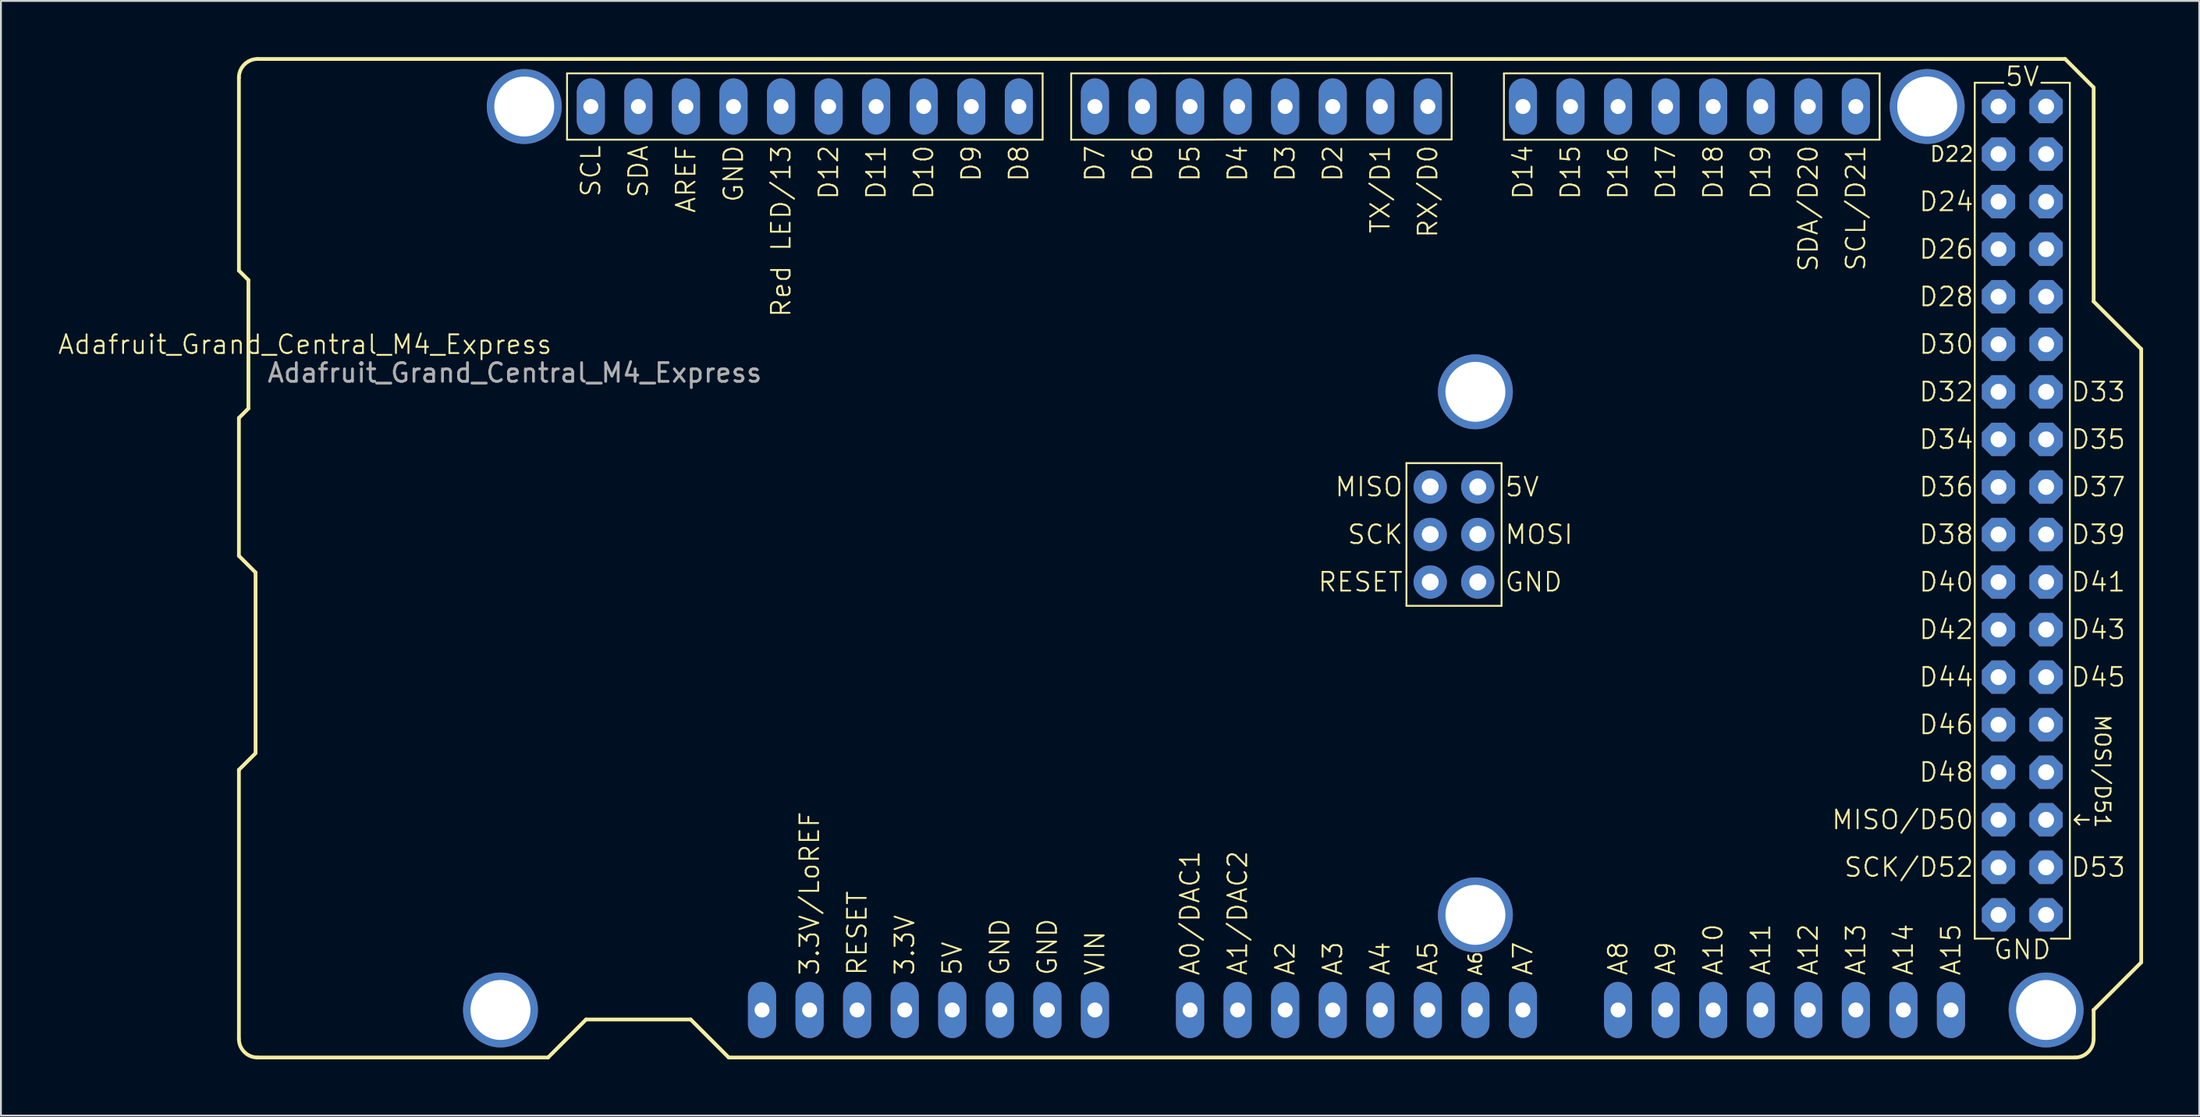
<source format=kicad_pcb>
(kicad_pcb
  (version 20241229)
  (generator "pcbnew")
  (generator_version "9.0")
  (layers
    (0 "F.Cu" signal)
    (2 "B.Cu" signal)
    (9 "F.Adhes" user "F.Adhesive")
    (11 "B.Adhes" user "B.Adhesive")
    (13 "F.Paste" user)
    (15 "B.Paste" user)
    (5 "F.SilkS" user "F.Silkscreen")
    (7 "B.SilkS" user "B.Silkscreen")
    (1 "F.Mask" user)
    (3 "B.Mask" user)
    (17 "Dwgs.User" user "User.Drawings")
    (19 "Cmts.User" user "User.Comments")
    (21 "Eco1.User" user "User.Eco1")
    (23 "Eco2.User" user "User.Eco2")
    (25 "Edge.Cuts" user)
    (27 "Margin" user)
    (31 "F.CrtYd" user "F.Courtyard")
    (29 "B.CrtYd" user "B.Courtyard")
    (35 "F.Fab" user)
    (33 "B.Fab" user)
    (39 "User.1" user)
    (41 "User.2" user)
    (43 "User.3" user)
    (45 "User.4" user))
  (footprint "Adafruit_Grand_Central_M4_Express"
    (layer "F.Cu")
    (at 10.218 15.34)
    (property "Reference" "Adafruit_Grand_Central_M4_Express" (at 3.022 0.012 0) (unlocked yes) (layer "F.SilkS") (effects (font (size 1 1) (thickness 0.1))))
    (attr exclude_from_pos_files exclude_from_bom)
    (fp_line (start -0.508 -3.937) (end -0.508 -14.24) (stroke (width 0.2) (type solid)) (layer "F.SilkS"))
    (fp_line (start -0.508 3.937) (end 0 3.429) (stroke (width 0.2) (type solid)) (layer "F.SilkS"))
    (fp_line (start -0.508 11.303) (end -0.508 3.937) (stroke (width 0.2) (type solid)) (layer "F.SilkS"))
    (fp_line (start -0.508 22.733) (end 0.381 21.844) (stroke (width 0.2) (type solid)) (layer "F.SilkS"))
    (fp_line (start -0.508 37.1) (end -0.508 22.733) (stroke (width 0.2) (type solid)) (layer "F.SilkS"))
    (fp_line (start 0 -3.429) (end -0.508 -3.937) (stroke (width 0.2) (type solid)) (layer "F.SilkS"))
    (fp_line (start 0 3.429) (end 0 -3.429) (stroke (width 0.2) (type solid)) (layer "F.SilkS"))
    (fp_line (start 0.381 12.192) (end -0.508 11.303) (stroke (width 0.2) (type solid)) (layer "F.SilkS"))
    (fp_line (start 0.381 21.844) (end 0.381 12.192) (stroke (width 0.2) (type solid)) (layer "F.SilkS"))
    (fp_line (start 0.492 -15.24) (end 97.028 -15.24) (stroke (width 0.2) (type solid)) (layer "F.SilkS"))
    (fp_line (start 16.002 38.1) (end 0.492 38.1) (stroke (width 0.2) (type solid)) (layer "F.SilkS"))
    (fp_line (start 17.018 -14.47) (end 17.018 -10.93) (stroke (width 0.1) (type default)) (layer "F.SilkS"))
    (fp_line (start 17.018 -14.47) (end 42.418 -14.47) (stroke (width 0.1) (type solid)) (layer "F.SilkS"))
    (fp_line (start 17.018 -10.93) (end 42.418 -10.93) (stroke (width 0.1) (type solid)) (layer "F.SilkS"))
    (fp_line (start 18.034 36.068) (end 16.002 38.1) (stroke (width 0.2) (type solid)) (layer "F.SilkS"))
    (fp_line (start 23.622 36.068) (end 18.034 36.068) (stroke (width 0.2) (type solid)) (layer "F.SilkS"))
    (fp_line (start 25.654 38.1) (end 23.622 36.068) (stroke (width 0.2) (type solid)) (layer "F.SilkS"))
    (fp_line (start 42.418 -14.47) (end 42.418 -10.93) (stroke (width 0.1) (type default)) (layer "F.SilkS"))
    (fp_line (start 43.942 -14.47) (end 43.942 -10.93) (stroke (width 0.1) (type default)) (layer "F.SilkS"))
    (fp_line (start 43.942 -14.47) (end 64.262 -14.478) (stroke (width 0.1) (type default)) (layer "F.SilkS"))
    (fp_line (start 61.849 6.35) (end 61.849 13.97) (stroke (width 0.1) (type solid)) (layer "F.SilkS"))
    (fp_line (start 61.849 13.97) (end 66.929 13.97) (stroke (width 0.1) (type default)) (layer "F.SilkS"))
    (fp_line (start 64.262 -14.478) (end 64.262 -10.938) (stroke (width 0.1) (type default)) (layer "F.SilkS"))
    (fp_line (start 64.262 -10.938) (end 43.942 -10.93) (stroke (width 0.1) (type default)) (layer "F.SilkS"))
    (fp_line (start 66.929 6.35) (end 61.849 6.35) (stroke (width 0.1) (type default)) (layer "F.SilkS"))
    (fp_line (start 66.929 6.35) (end 66.929 13.97) (stroke (width 0.1) (type solid)) (layer "F.SilkS"))
    (fp_line (start 67.056 -14.47) (end 67.056 -10.93) (stroke (width 0.1) (type default)) (layer "F.SilkS"))
    (fp_line (start 67.056 -14.47) (end 87.122 -14.47) (stroke (width 0.1) (type solid)) (layer "F.SilkS"))
    (fp_line (start 67.056 -10.93) (end 87.122 -10.93) (stroke (width 0.1) (type solid)) (layer "F.SilkS"))
    (fp_line (start 87.122 -14.47) (end 87.122 -10.93) (stroke (width 0.1) (type default)) (layer "F.SilkS"))
    (fp_line (start 92.202 -13.97) (end 92.202 31.75) (stroke (width 0.1) (type solid)) (layer "F.SilkS"))
    (fp_line (start 92.202 -13.97) (end 93.726 -13.97) (stroke (width 0.1) (type default)) (layer "F.SilkS"))
    (fp_line (start 92.202 31.75) (end 93.218 31.75) (stroke (width 0.1) (type default)) (layer "F.SilkS"))
    (fp_line (start 97.028 -15.24) (end 98.552 -13.716) (stroke (width 0.2) (type solid)) (layer "F.SilkS"))
    (fp_line (start 97.282 -13.97) (end 95.758 -13.97) (stroke (width 0.1) (type default)) (layer "F.SilkS"))
    (fp_line (start 97.282 -13.97) (end 97.282 31.75) (stroke (width 0.1) (type solid)) (layer "F.SilkS"))
    (fp_line (start 97.282 31.75) (end 96.266 31.75) (stroke (width 0.1) (type default)) (layer "F.SilkS"))
    (fp_line (start 97.536 25.4) (end 97.79 25.654) (stroke (width 0.1) (type default)) (layer "F.SilkS"))
    (fp_line (start 97.552 38.1) (end 25.654 38.1) (stroke (width 0.2) (type solid)) (layer "F.SilkS"))
    (fp_line (start 97.79 25.146) (end 97.536 25.4) (stroke (width 0.1) (type default)) (layer "F.SilkS"))
    (fp_line (start 98.298 25.4) (end 97.536 25.4) (stroke (width 0.1) (type default)) (layer "F.SilkS"))
    (fp_line (start 98.552 -13.716) (end 98.552 -2.286) (stroke (width 0.2) (type solid)) (layer "F.SilkS"))
    (fp_line (start 98.552 -2.286) (end 101.092 0.254) (stroke (width 0.2) (type solid)) (layer "F.SilkS"))
    (fp_line (start 98.552 35.56) (end 98.552 37.1) (stroke (width 0.2) (type solid)) (layer "F.SilkS"))
    (fp_line (start 101.092 0.254) (end 101.092 33.02) (stroke (width 0.2) (type solid)) (layer "F.SilkS"))
    (fp_line (start 101.092 33.02) (end 98.552 35.56) (stroke (width 0.2) (type solid)) (layer "F.SilkS"))
    (fp_arc (start -0.508 -14.24) (mid -0.215107 -14.947107) (end 0.492 -15.24) (stroke (width 0.2) (type solid)) (layer "F.SilkS"))
    (fp_arc (start 0.492 38.1) (mid -0.215107 37.807107) (end -0.508 37.1) (stroke (width 0.2) (type solid)) (layer "F.SilkS"))
    (fp_arc (start 98.552 37.1) (mid 98.259107 37.807107) (end 97.552 38.1) (stroke (width 0.2) (type solid)) (layer "F.SilkS"))
    (fp_text user "D5" (at 50.292 -10.7 90) (unlocked yes) (layer "F.SilkS") (effects (font (size 1 1) (thickness 0.1)) (justify right)))
    (fp_text user "D28" (at 92.202 -2.54 0) (unlocked yes) (layer "F.SilkS") (effects (font (size 1 1) (thickness 0.1)) (justify right)))
    (fp_text user "D17" (at 75.692 -10.7 90) (unlocked yes) (layer "F.SilkS") (effects (font (size 1 1) (thickness 0.1)) (justify right)))
    (fp_text user "D4" (at 52.832 -10.7 90) (unlocked yes) (layer "F.SilkS") (effects (font (size 1 1) (thickness 0.1)) (justify right)))
    (fp_text user "A5" (at 62.992 33.782 90) (unlocked yes) (layer "F.SilkS") (effects (font (size 1 1) (thickness 0.1)) (justify left)))
    (fp_text user "D11" (at 33.528 -10.7 90) (unlocked yes) (layer "F.SilkS") (effects (font (size 1 1) (thickness 0.1)) (justify right)))
    (fp_text user "5V" (at 67.056 7.62 0) (unlocked yes) (layer "F.SilkS") (effects (font (size 1 1) (thickness 0.1)) (justify left)))
    (fp_text user "D10" (at 36.068 -10.7 90) (unlocked yes) (layer "F.SilkS") (effects (font (size 1 1) (thickness 0.1)) (justify right)))
    (fp_text user "GND" (at 42.672 33.782 90) (unlocked yes) (layer "F.SilkS") (effects (font (size 1 1) (thickness 0.1)) (justify left)))
    (fp_text user "D41" (at 97.282 12.7 0) (unlocked yes) (layer "F.SilkS") (effects (font (size 1 1) (thickness 0.1)) (justify left)))
    (fp_text user "A3" (at 57.912 33.782 90) (unlocked yes) (layer "F.SilkS") (effects (font (size 1 1) (thickness 0.1)) (justify left)))
    (fp_text user "A8" (at 73.152 33.782 90) (unlocked yes) (layer "F.SilkS") (effects (font (size 1 1) (thickness 0.1)) (justify left)))
    (fp_text user "D32" (at 92.202 2.54 0) (unlocked yes) (layer "F.SilkS") (effects (font (size 1 1) (thickness 0.1)) (justify right)))
    (fp_text user "D44" (at 92.202 17.78 0) (unlocked yes) (layer "F.SilkS") (effects (font (size 1 1) (thickness 0.1)) (justify right)))
    (fp_text user "A12" (at 83.312 33.782 90) (unlocked yes) (layer "F.SilkS") (effects (font (size 1 1) (thickness 0.1)) (justify left)))
    (fp_text user "A13" (at 85.852 33.782 90) (unlocked yes) (layer "F.SilkS") (effects (font (size 1 1) (thickness 0.1)) (justify left)))
    (fp_text user "A9" (at 75.692 33.782 90) (unlocked yes) (layer "F.SilkS") (effects (font (size 1 1) (thickness 0.1)) (justify left)))
    (fp_text user "SCL" (at 18.288 -10.7 90) (unlocked yes) (layer "F.SilkS") (effects (font (size 1 1) (thickness 0.1)) (justify right)))
    (fp_text user "D39" (at 97.282 10.16 0) (unlocked yes) (layer "F.SilkS") (effects (font (size 1 1) (thickness 0.1)) (justify left)))
    (fp_text user "TX/D1" (at 60.452 -10.7 90) (unlocked yes) (layer "F.SilkS") (effects (font (size 1 1) (thickness 0.1)) (justify right)))
    (fp_text user "MISO" (at 61.722 7.62 0) (unlocked yes) (layer "F.SilkS") (effects (font (size 1 1) (thickness 0.1)) (justify right)))
    (fp_text user "D14" (at 68.072 -10.7 90) (unlocked yes) (layer "F.SilkS") (effects (font (size 1 1) (thickness 0.1)) (justify right)))
    (fp_text user "D7" (at 45.212 -10.7 90) (unlocked yes) (layer "F.SilkS") (effects (font (size 1 1) (thickness 0.1)) (justify right)))
    (fp_text user "SDA/D20" (at 83.312 -10.7 90) (unlocked yes) (layer "F.SilkS") (effects (font (size 1 1) (thickness 0.1)) (justify right)))
    (fp_text user "D34" (at 92.202 5.08 0) (unlocked yes) (layer "F.SilkS") (effects (font (size 1 1) (thickness 0.1)) (justify right)))
    (fp_text user "RESET" (at 32.512 33.782 90) (unlocked yes) (layer "F.SilkS") (effects (font (size 1 1) (thickness 0.1)) (justify left)))
    (fp_text user "D22" (at 92.202 -10.16 0) (unlocked yes) (layer "F.SilkS") (effects (font (size 0.8 0.8) (thickness 0.1)) (justify right)))
    (fp_text user "D19" (at 80.772 -10.7 90) (unlocked yes) (layer "F.SilkS") (effects (font (size 1 1) (thickness 0.1)) (justify right)))
    (fp_text user "SCK/D52" (at 92.202 27.94 0) (unlocked yes) (layer "F.SilkS") (effects (font (size 1 1) (thickness 0.1)) (justify right)))
    (fp_text user "D12" (at 30.988 -10.7 90) (unlocked yes) (layer "F.SilkS") (effects (font (size 1 1) (thickness 0.1)) (justify right)))
    (fp_text user "GND" (at 40.132 33.782 90) (unlocked yes) (layer "F.SilkS") (effects (font (size 1 1) (thickness 0.1)) (justify left)))
    (fp_text user "5V" (at 37.592 33.782 90) (unlocked yes) (layer "F.SilkS") (effects (font (size 1 1) (thickness 0.1)) (justify left)))
    (fp_text user "A2" (at 55.372 33.782 90) (unlocked yes) (layer "F.SilkS") (effects (font (size 1 1) (thickness 0.1)) (justify left)))
    (fp_text user "D53" (at 97.282 27.94 0) (unlocked yes) (layer "F.SilkS") (effects (font (size 1 1) (thickness 0.1)) (justify left)))
    (fp_text user "RESET" (at 61.722 12.7 0) (unlocked yes) (layer "F.SilkS") (effects (font (size 1 1) (thickness 0.1)) (justify right)))
    (fp_text user "AREF" (at 23.368 -10.7 90) (unlocked yes) (layer "F.SilkS") (effects (font (size 1 1) (thickness 0.1)) (justify right)))
    (fp_text user "A15" (at 90.932 33.782 90) (unlocked yes) (layer "F.SilkS") (effects (font (size 1 1) (thickness 0.1)) (justify left)))
    (fp_text user "RX/D0" (at 62.992 -10.7 90) (unlocked yes) (layer "F.SilkS") (effects (font (size 1 1) (thickness 0.1)) (justify right)))
    (fp_text user "GND" (at 94.742 31.75 0) (unlocked yes) (layer "F.SilkS") (effects (font (size 1 1) (thickness 0.1)) (justify top)))
    (fp_text user "D8" (at 41.148 -10.7 90) (unlocked yes) (layer "F.SilkS") (effects (font (size 1 1) (thickness 0.1)) (justify right)))
    (fp_text user "A14" (at 88.392 33.782 90) (unlocked yes) (layer "F.SilkS") (effects (font (size 1 1) (thickness 0.1)) (justify left)))
    (fp_text user "D24" (at 92.202 -7.62 0) (unlocked yes) (layer "F.SilkS") (effects (font (size 1 1) (thickness 0.1)) (justify right)))
    (fp_text user "D37" (at 97.282 7.62 0) (unlocked yes) (layer "F.SilkS") (effects (font (size 1 1) (thickness 0.1)) (justify left)))
    (fp_text user "D35" (at 97.282 5.08 0) (unlocked yes) (layer "F.SilkS") (effects (font (size 1 1) (thickness 0.1)) (justify left)))
    (fp_text user "GND" (at 25.908 -10.7 90) (unlocked yes) (layer "F.SilkS") (effects (font (size 1 1) (thickness 0.1)) (justify right)))
    (fp_text user "SCK" (at 61.722 10.16 0) (unlocked yes) (layer "F.SilkS") (effects (font (size 1 1) (thickness 0.1)) (justify right)))
    (fp_text user "D16" (at 73.152 -10.7 90) (unlocked yes) (layer "F.SilkS") (effects (font (size 1 1) (thickness 0.1)) (justify right)))
    (fp_text user "D26" (at 92.202 -5.08 0) (unlocked yes) (layer "F.SilkS") (effects (font (size 1 1) (thickness 0.1)) (justify right)))
    (fp_text user "SCL/D21" (at 85.852 -10.7 90) (unlocked yes) (layer "F.SilkS") (effects (font (size 1 1) (thickness 0.1)) (justify right)))
    (fp_text user "A11" (at 80.772 33.782 90) (unlocked yes) (layer "F.SilkS") (effects (font (size 1 1) (thickness 0.1)) (justify left)))
    (fp_text user "A0/DAC1" (at 50.292 33.782 90) (unlocked yes) (layer "F.SilkS") (effects (font (size 1 1) (thickness 0.1)) (justify left)))
    (fp_text user "D38" (at 92.202 10.16 0) (unlocked yes) (layer "F.SilkS") (effects (font (size 1 1) (thickness 0.1)) (justify right)))
    (fp_text user "A1/DAC2" (at 52.832 33.782 90) (unlocked yes) (layer "F.SilkS") (effects (font (size 1 1) (thickness 0.1)) (justify left)))
    (fp_text user "SDA" (at 20.828 -10.7 90) (unlocked yes) (layer "F.SilkS") (effects (font (size 1 1) (thickness 0.1)) (justify right)))
    (fp_text user "D15" (at 70.612 -10.7 90) (unlocked yes) (layer "F.SilkS") (effects (font (size 1 1) (thickness 0.1)) (justify right)))
    (fp_text user "A6" (at 65.532 33.782 90) (unlocked yes) (layer "F.SilkS") (effects (font (size 0.7 0.7) (thickness 0.1) (bold yes)) (justify left)))
    (fp_text user "D36" (at 92.202 7.62 0) (unlocked yes) (layer "F.SilkS") (effects (font (size 1 1) (thickness 0.1)) (justify right)))
    (fp_text user "D2" (at 57.912 -10.7 90) (unlocked yes) (layer "F.SilkS") (effects (font (size 1 1) (thickness 0.1)) (justify right)))
    (fp_text user "D42" (at 92.202 15.24 0) (unlocked yes) (layer "F.SilkS") (effects (font (size 1 1) (thickness 0.1)) (justify right)))
    (fp_text user "D33" (at 97.282 2.54 0) (unlocked yes) (layer "F.SilkS") (effects (font (size 1 1) (thickness 0.1)) (justify left)))
    (fp_text user "D6" (at 47.752 -10.7 90) (unlocked yes) (layer "F.SilkS") (effects (font (size 1 1) (thickness 0.1)) (justify right)))
    (fp_text user "A10" (at 78.232 33.782 90) (unlocked yes) (layer "F.SilkS") (effects (font (size 1 1) (thickness 0.1)) (justify left)))
    (fp_text user "VIN" (at 45.212 33.782 90) (unlocked yes) (layer "F.SilkS") (effects (font (size 1 1) (thickness 0.1)) (justify left)))
    (fp_text user "MOSI" (at 67.056 10.16 0) (unlocked yes) (layer "F.SilkS") (effects (font (size 1 1) (thickness 0.1)) (justify left)))
    (fp_text user "A4" (at 60.452 33.782 90) (unlocked yes) (layer "F.SilkS") (effects (font (size 1 1) (thickness 0.1)) (justify left)))
    (fp_text user "GND" (at 67.056 12.7 0) (unlocked yes) (layer "F.SilkS") (effects (font (size 1 1) (thickness 0.1)) (justify left)))
    (fp_text user "D45" (at 97.282 17.78 0) (unlocked yes) (layer "F.SilkS") (effects (font (size 1 1) (thickness 0.1)) (justify left)))
    (fp_text user "D30" (at 92.202 0 0) (unlocked yes) (layer "F.SilkS") (effects (font (size 1 1) (thickness 0.1)) (justify right)))
    (fp_text user "Red LED/13" (at 28.448 -10.7 90) (unlocked yes) (layer "F.SilkS") (effects (font (size 1 1) (thickness 0.1)) (justify right)))
    (fp_text user "D43" (at 97.282 15.24 0) (unlocked yes) (layer "F.SilkS") (effects (font (size 1 1) (thickness 0.1)) (justify left)))
    (fp_text user "D9" (at 38.608 -10.7 90) (unlocked yes) (layer "F.SilkS") (effects (font (size 1 1) (thickness 0.1)) (justify right)))
    (fp_text user "D48" (at 92.202 22.86 0) (unlocked yes) (layer "F.SilkS") (effects (font (size 1 1) (thickness 0.1)) (justify right)))
    (fp_text user "D40" (at 92.202 12.7 0) (unlocked yes) (layer "F.SilkS") (effects (font (size 1 1) (thickness 0.1)) (justify right)))
    (fp_text user "5V" (at 94.742 -13.716 0) (unlocked yes) (layer "F.SilkS") (effects (font (size 1 1) (thickness 0.1)) (justify bottom)))
    (fp_text user "3.3V/LoREF" (at 29.972 33.782 90) (unlocked yes) (layer "F.SilkS") (effects (font (size 1 1) (thickness 0.1)) (justify left)))
    (fp_text user "MOSI/D51" (at 98.552 25.908 270) (unlocked yes) (layer "F.SilkS") (effects (font (size 0.8 0.8) (thickness 0.1)) (justify right bottom)))
    (fp_text user "D3" (at 55.372 -10.7 90) (unlocked yes) (layer "F.SilkS") (effects (font (size 1 1) (thickness 0.1)) (justify right)))
    (fp_text user "MISO/D50" (at 92.202 25.4 0) (unlocked yes) (layer "F.SilkS") (effects (font (size 1 1) (thickness 0.1)) (justify right)))
    (fp_text user "D18" (at 78.232 -10.7 90) (unlocked yes) (layer "F.SilkS") (effects (font (size 1 1) (thickness 0.1)) (justify right)))
    (fp_text user "D46" (at 92.202 20.32 0) (unlocked yes) (layer "F.SilkS") (effects (font (size 1 1) (thickness 0.1)) (justify right)))
    (fp_text user "3.3V" (at 35.052 33.782 90) (unlocked yes) (layer "F.SilkS") (effects (font (size 1 1) (thickness 0.1)) (justify left)))
    (fp_text user "A7" (at 68.072 33.782 90) (unlocked yes) (layer "F.SilkS") (effects (font (size 1 1) (thickness 0.1)) (justify left)))
    (fp_text user "${REFERENCE}" (at 14.224 1.524 0) (unlocked yes) (layer "F.Fab") (effects (font (size 1 1) (thickness 0.15))))
    (pad "1" thru_hole oval (at 18.288 -12.7 90) (size 3 1.5) (drill 0.8) (layers "*.Cu" "*.Mask"))
    (pad "2" thru_hole oval (at 20.828 -12.7 90) (size 3 1.5) (drill 0.8) (layers "*.Cu" "*.Mask"))
    (pad "3" thru_hole oval (at 23.368 -12.7 90) (size 3 1.5) (drill 0.8) (layers "*.Cu" "*.Mask"))
    (pad "4" thru_hole oval (at 25.908 -12.7 90) (size 3 1.5) (drill 0.8) (layers "*.Cu" "*.Mask"))
    (pad "5" thru_hole oval (at 28.448 -12.7 90) (size 3 1.5) (drill 0.8) (layers "*.Cu" "*.Mask"))
    (pad "6" thru_hole oval (at 30.988 -12.7 90) (size 3 1.5) (drill 0.8) (layers "*.Cu" "*.Mask"))
    (pad "7" thru_hole oval (at 33.528 -12.7 90) (size 3 1.5) (drill 0.8) (layers "*.Cu" "*.Mask"))
    (pad "8" thru_hole oval (at 36.068 -12.7 90) (size 3 1.5) (drill 0.8) (layers "*.Cu" "*.Mask"))
    (pad "9" thru_hole oval (at 38.608 -12.7 90) (size 3 1.5) (drill 0.8) (layers "*.Cu" "*.Mask"))
    (pad "10" thru_hole oval (at 41.148 -12.7 90) (size 3 1.5) (drill 0.8) (layers "*.Cu" "*.Mask"))
    (pad "11" thru_hole oval (at 45.212 -12.7 90) (size 3 1.5) (drill 0.8) (layers "*.Cu" "*.Mask"))
    (pad "12" thru_hole oval (at 47.752 -12.7 90) (size 3 1.5) (drill 0.8) (layers "*.Cu" "*.Mask"))
    (pad "13" thru_hole oval (at 50.292 -12.7 90) (size 3 1.5) (drill 0.8) (layers "*.Cu" "*.Mask"))
    (pad "14" thru_hole oval (at 52.832 -12.7 90) (size 3 1.5) (drill 0.8) (layers "*.Cu" "*.Mask"))
    (pad "15" thru_hole oval (at 55.372 -12.7 90) (size 3 1.5) (drill 0.8) (layers "*.Cu" "*.Mask"))
    (pad "16" thru_hole oval (at 57.912 -12.7 90) (size 3 1.5) (drill 0.8) (layers "*.Cu" "*.Mask"))
    (pad "17" thru_hole oval (at 60.452 -12.7 90) (size 3 1.5) (drill 0.8) (layers "*.Cu" "*.Mask"))
    (pad "18" thru_hole oval (at 62.992 -12.7 90) (size 3 1.5) (drill 0.8) (layers "*.Cu" "*.Mask"))
    (pad "19" thru_hole oval (at 68.072 -12.7 90) (size 3 1.5) (drill 0.8) (layers "*.Cu" "*.Mask"))
    (pad "20" thru_hole oval (at 70.612 -12.7 90) (size 3 1.5) (drill 0.8) (layers "*.Cu" "*.Mask"))
    (pad "21" thru_hole oval (at 73.152 -12.7 90) (size 3 1.5) (drill 0.8) (layers "*.Cu" "*.Mask"))
    (pad "22" thru_hole oval (at 75.692 -12.7 90) (size 3 1.5) (drill 0.8) (layers "*.Cu" "*.Mask"))
    (pad "23" thru_hole oval (at 78.232 -12.7 90) (size 3 1.5) (drill 0.8) (layers "*.Cu" "*.Mask"))
    (pad "24" thru_hole oval (at 80.772 -12.7 90) (size 3 1.5) (drill 0.8) (layers "*.Cu" "*.Mask"))
    (pad "25" thru_hole oval (at 83.312 -12.7 90) (size 3 1.5) (drill 0.8) (layers "*.Cu" "*.Mask"))
    (pad "26" thru_hole oval (at 85.852 -12.7 90) (size 3 1.5) (drill 0.8) (layers "*.Cu" "*.Mask"))
    (pad "27" thru_hole roundrect (at 93.472 -12.7 270) (size 1.778 1.778) (drill 0.85) (layers "*.Cu" "*.Mask") (roundrect_rratio 0) (chamfer_ratio 0.293) (chamfer top_left top_right bottom_left bottom_right))
    (pad "28" thru_hole roundrect (at 96.012 -12.7 270) (size 1.778 1.778) (drill 0.85) (layers "*.Cu" "*.Mask") (roundrect_rratio 0) (chamfer_ratio 0.293) (chamfer top_left top_right bottom_left bottom_right))
    (pad "29" thru_hole roundrect (at 93.472 -10.16 270) (size 1.778 1.778) (drill 0.85) (layers "*.Cu" "*.Mask") (roundrect_rratio 0) (chamfer_ratio 0.293) (chamfer top_left top_right bottom_left bottom_right))
    (pad "30" thru_hole roundrect (at 96.012 -10.16 270) (size 1.778 1.778) (drill 0.85) (layers "*.Cu" "*.Mask") (roundrect_rratio 0) (chamfer_ratio 0.293) (chamfer top_left top_right bottom_left bottom_right))
    (pad "31" thru_hole roundrect (at 93.472 -7.62 270) (size 1.778 1.778) (drill 0.85) (layers "*.Cu" "*.Mask") (roundrect_rratio 0) (chamfer_ratio 0.293) (chamfer top_left top_right bottom_left bottom_right))
    (pad "32" thru_hole roundrect (at 96.012 -7.62 270) (size 1.778 1.778) (drill 0.85) (layers "*.Cu" "*.Mask") (roundrect_rratio 0) (chamfer_ratio 0.293) (chamfer top_left top_right bottom_left bottom_right))
    (pad "33" thru_hole roundrect (at 93.472 -5.08 270) (size 1.778 1.778) (drill 0.85) (layers "*.Cu" "*.Mask") (roundrect_rratio 0) (chamfer_ratio 0.293) (chamfer top_left top_right bottom_left bottom_right))
    (pad "34" thru_hole roundrect (at 96.012 -5.08 270) (size 1.778 1.778) (drill 0.85) (layers "*.Cu" "*.Mask") (roundrect_rratio 0) (chamfer_ratio 0.293) (chamfer top_left top_right bottom_left bottom_right))
    (pad "35" thru_hole roundrect (at 93.472 -2.54 270) (size 1.778 1.778) (drill 0.85) (layers "*.Cu" "*.Mask") (roundrect_rratio 0) (chamfer_ratio 0.293) (chamfer top_left top_right bottom_left bottom_right))
    (pad "36" thru_hole roundrect (at 96.012 -2.54 270) (size 1.778 1.778) (drill 0.85) (layers "*.Cu" "*.Mask") (roundrect_rratio 0) (chamfer_ratio 0.293) (chamfer top_left top_right bottom_left bottom_right))
    (pad "37" thru_hole roundrect (at 93.472 0 270) (size 1.778 1.778) (drill 0.85) (layers "*.Cu" "*.Mask") (roundrect_rratio 0) (chamfer_ratio 0.293) (chamfer top_left top_right bottom_left bottom_right))
    (pad "38" thru_hole roundrect (at 96.012 0 270) (size 1.778 1.778) (drill 0.85) (layers "*.Cu" "*.Mask") (roundrect_rratio 0) (chamfer_ratio 0.293) (chamfer top_left top_right bottom_left bottom_right))
    (pad "39" thru_hole roundrect (at 93.472 2.54 270) (size 1.778 1.778) (drill 0.85) (layers "*.Cu" "*.Mask") (roundrect_rratio 0) (chamfer_ratio 0.293) (chamfer top_left top_right bottom_left bottom_right))
    (pad "40" thru_hole roundrect (at 96.012 2.54 270) (size 1.778 1.778) (drill 0.85) (layers "*.Cu" "*.Mask") (roundrect_rratio 0) (chamfer_ratio 0.293) (chamfer top_left top_right bottom_left bottom_right))
    (pad "41" thru_hole roundrect (at 93.472 5.08 270) (size 1.778 1.778) (drill 0.85) (layers "*.Cu" "*.Mask") (roundrect_rratio 0) (chamfer_ratio 0.293) (chamfer top_left top_right bottom_left bottom_right))
    (pad "42" thru_hole roundrect (at 96.012 5.08 270) (size 1.778 1.778) (drill 0.85) (layers "*.Cu" "*.Mask") (roundrect_rratio 0) (chamfer_ratio 0.293) (chamfer top_left top_right bottom_left bottom_right))
    (pad "43" thru_hole roundrect (at 93.472 7.62 270) (size 1.778 1.778) (drill 0.85) (layers "*.Cu" "*.Mask") (roundrect_rratio 0) (chamfer_ratio 0.293) (chamfer top_left top_right bottom_left bottom_right))
    (pad "44" thru_hole roundrect (at 96.012 7.62 270) (size 1.778 1.778) (drill 0.85) (layers "*.Cu" "*.Mask") (roundrect_rratio 0) (chamfer_ratio 0.293) (chamfer top_left top_right bottom_left bottom_right))
    (pad "45" thru_hole roundrect (at 93.472 10.16 270) (size 1.778 1.778) (drill 0.85) (layers "*.Cu" "*.Mask") (roundrect_rratio 0) (chamfer_ratio 0.293) (chamfer top_left top_right bottom_left bottom_right))
    (pad "46" thru_hole roundrect (at 96.012 10.16 270) (size 1.778 1.778) (drill 0.85) (layers "*.Cu" "*.Mask") (roundrect_rratio 0) (chamfer_ratio 0.293) (chamfer top_left top_right bottom_left bottom_right))
    (pad "47" thru_hole roundrect (at 93.472 12.7 270) (size 1.778 1.778) (drill 0.85) (layers "*.Cu" "*.Mask") (roundrect_rratio 0) (chamfer_ratio 0.293) (chamfer top_left top_right bottom_left bottom_right))
    (pad "48" thru_hole roundrect (at 96.012 12.7 270) (size 1.778 1.778) (drill 0.85) (layers "*.Cu" "*.Mask") (roundrect_rratio 0) (chamfer_ratio 0.293) (chamfer top_left top_right bottom_left bottom_right))
    (pad "49" thru_hole roundrect (at 93.472 15.24 270) (size 1.778 1.778) (drill 0.85) (layers "*.Cu" "*.Mask") (roundrect_rratio 0) (chamfer_ratio 0.293) (chamfer top_left top_right bottom_left bottom_right))
    (pad "50" thru_hole roundrect (at 96.012 15.24 270) (size 1.778 1.778) (drill 0.85) (layers "*.Cu" "*.Mask") (roundrect_rratio 0) (chamfer_ratio 0.293) (chamfer top_left top_right bottom_left bottom_right))
    (pad "51" thru_hole roundrect (at 93.472 17.78 270) (size 1.778 1.778) (drill 0.85) (layers "*.Cu" "*.Mask") (roundrect_rratio 0) (chamfer_ratio 0.293) (chamfer top_left top_right bottom_left bottom_right))
    (pad "52" thru_hole roundrect (at 96.012 17.78 270) (size 1.778 1.778) (drill 0.85) (layers "*.Cu" "*.Mask") (roundrect_rratio 0) (chamfer_ratio 0.293) (chamfer top_left top_right bottom_left bottom_right))
    (pad "53" thru_hole roundrect (at 93.472 20.32 270) (size 1.778 1.778) (drill 0.85) (layers "*.Cu" "*.Mask") (roundrect_rratio 0) (chamfer_ratio 0.293) (chamfer top_left top_right bottom_left bottom_right))
    (pad "54" thru_hole roundrect (at 96.012 20.32 270) (size 1.778 1.778) (drill 0.85) (layers "*.Cu" "*.Mask") (roundrect_rratio 0) (chamfer_ratio 0.293) (chamfer top_left top_right bottom_left bottom_right))
    (pad "55" thru_hole roundrect (at 93.472 22.86 270) (size 1.778 1.778) (drill 0.85) (layers "*.Cu" "*.Mask") (roundrect_rratio 0) (chamfer_ratio 0.293) (chamfer top_left top_right bottom_left bottom_right))
    (pad "56" thru_hole roundrect (at 96.012 22.86 270) (size 1.778 1.778) (drill 0.85) (layers "*.Cu" "*.Mask") (roundrect_rratio 0) (chamfer_ratio 0.293) (chamfer top_left top_right bottom_left bottom_right))
    (pad "57" thru_hole roundrect (at 93.472 25.4 270) (size 1.778 1.778) (drill 0.85) (layers "*.Cu" "*.Mask") (roundrect_rratio 0) (chamfer_ratio 0.293) (chamfer top_left top_right bottom_left bottom_right))
    (pad "58" thru_hole roundrect (at 96.012 25.4 270) (size 1.778 1.778) (drill 0.85) (layers "*.Cu" "*.Mask") (roundrect_rratio 0) (chamfer_ratio 0.293) (chamfer top_left top_right bottom_left bottom_right))
    (pad "59" thru_hole roundrect (at 93.472 27.94 270) (size 1.778 1.778) (drill 0.85) (layers "*.Cu" "*.Mask") (roundrect_rratio 0) (chamfer_ratio 0.293) (chamfer top_left top_right bottom_left bottom_right))
    (pad "60" thru_hole roundrect (at 96.012 27.94 270) (size 1.778 1.778) (drill 0.85) (layers "*.Cu" "*.Mask") (roundrect_rratio 0) (chamfer_ratio 0.293) (chamfer top_left top_right bottom_left bottom_right))
    (pad "61" thru_hole roundrect (at 93.472 30.48 270) (size 1.778 1.778) (drill 0.85) (layers "*.Cu" "*.Mask") (roundrect_rratio 0) (chamfer_ratio 0.293) (chamfer top_left top_right bottom_left bottom_right))
    (pad "62" thru_hole roundrect (at 96.012 30.48 270) (size 1.778 1.778) (drill 0.85) (layers "*.Cu" "*.Mask") (roundrect_rratio 0) (chamfer_ratio 0.293) (chamfer top_left top_right bottom_left bottom_right))
    (pad "63" thru_hole oval (at 90.932 35.56 90) (size 3 1.5) (drill 0.8) (layers "*.Cu" "*.Mask"))
    (pad "64" thru_hole oval (at 88.392 35.56 90) (size 3 1.5) (drill 0.8) (layers "*.Cu" "*.Mask"))
    (pad "65" thru_hole oval (at 85.852 35.56 90) (size 3 1.5) (drill 0.8) (layers "*.Cu" "*.Mask"))
    (pad "66" thru_hole oval (at 83.312 35.56 90) (size 3 1.5) (drill 0.8) (layers "*.Cu" "*.Mask"))
    (pad "67" thru_hole oval (at 80.772 35.56 90) (size 3 1.5) (drill 0.8) (layers "*.Cu" "*.Mask"))
    (pad "68" thru_hole oval (at 78.232 35.56 90) (size 3 1.5) (drill 0.8) (layers "*.Cu" "*.Mask"))
    (pad "69" thru_hole oval (at 75.692 35.56 90) (size 3 1.5) (drill 0.8) (layers "*.Cu" "*.Mask"))
    (pad "70" thru_hole oval (at 73.152 35.56 90) (size 3 1.5) (drill 0.8) (layers "*.Cu" "*.Mask"))
    (pad "71" thru_hole oval (at 68.072 35.56 90) (size 3 1.5) (drill 0.8) (layers "*.Cu" "*.Mask"))
    (pad "72" thru_hole oval (at 65.532 35.56 90) (size 3 1.5) (drill 0.8) (layers "*.Cu" "*.Mask"))
    (pad "73" thru_hole oval (at 62.992 35.56 90) (size 3 1.5) (drill 0.8) (layers "*.Cu" "*.Mask"))
    (pad "74" thru_hole oval (at 60.452 35.56 90) (size 3 1.5) (drill 0.8) (layers "*.Cu" "*.Mask"))
    (pad "75" thru_hole oval (at 57.912 35.56 90) (size 3 1.5) (drill 0.8) (layers "*.Cu" "*.Mask"))
    (pad "76" thru_hole oval (at 55.372 35.56 90) (size 3 1.5) (drill 0.8) (layers "*.Cu" "*.Mask"))
    (pad "77" thru_hole oval (at 52.832 35.56 90) (size 3 1.5) (drill 0.8) (layers "*.Cu" "*.Mask"))
    (pad "78" thru_hole oval (at 50.292 35.56 90) (size 3 1.5) (drill 0.8) (layers "*.Cu" "*.Mask"))
    (pad "79" thru_hole oval (at 45.212 35.56 90) (size 3 1.5) (drill 0.8) (layers "*.Cu" "*.Mask"))
    (pad "80" thru_hole oval (at 42.672 35.56 90) (size 3 1.5) (drill 0.8) (layers "*.Cu" "*.Mask"))
    (pad "81" thru_hole oval (at 40.132 35.56 90) (size 3 1.5) (drill 0.8) (layers "*.Cu" "*.Mask"))
    (pad "82" thru_hole oval (at 37.592 35.56 90) (size 3 1.5) (drill 0.8) (layers "*.Cu" "*.Mask"))
    (pad "83" thru_hole oval (at 35.052 35.56 90) (size 3 1.5) (drill 0.8) (layers "*.Cu" "*.Mask"))
    (pad "84" thru_hole oval (at 32.512 35.56 90) (size 3 1.5) (drill 0.8) (layers "*.Cu" "*.Mask"))
    (pad "85" thru_hole oval (at 29.972 35.56 90) (size 3 1.5) (drill 0.8) (layers "*.Cu" "*.Mask"))
    (pad "86" thru_hole oval (at 27.432 35.56 90) (size 3 1.5) (drill 0.8) (layers "*.Cu" "*.Mask"))
    (pad "87" thru_hole circle (at 63.119 7.62) (size 1.778 1.778) (drill 0.9) (layers "*.Cu" "*.Mask"))
    (pad "88" thru_hole circle (at 65.659 7.62) (size 1.778 1.778) (drill 0.9) (layers "*.Cu" "*.Mask"))
    (pad "89" thru_hole circle (at 63.119 10.16) (size 1.778 1.778) (drill 0.9) (layers "*.Cu" "*.Mask"))
    (pad "90" thru_hole circle (at 65.659 10.16) (size 1.778 1.778) (drill 0.9) (layers "*.Cu" "*.Mask"))
    (pad "91" thru_hole circle (at 63.119 12.7) (size 1.778 1.778) (drill 0.9) (layers "*.Cu" "*.Mask"))
    (pad "92" thru_hole circle (at 65.659 12.7) (size 1.778 1.778) (drill 0.9) (layers "*.Cu" "*.Mask"))
    (pad "93" thru_hole circle (at 14.732 -12.7) (size 4 4) (drill 3.2) (layers "*.Cu" "*.Mask"))
    (pad "94" thru_hole circle (at 89.662 -12.7) (size 4 4) (drill 3.2) (layers "*.Cu" "*.Mask"))
    (pad "95" thru_hole circle (at 13.462 35.56) (size 4 4) (drill 3.2) (layers "*.Cu" "*.Mask"))
    (pad "96" thru_hole circle (at 96.012 35.56) (size 4 4) (drill 3.2) (layers "*.Cu" "*.Mask"))
    (pad "97" thru_hole circle (at 65.532 2.54) (size 4 4) (drill 3.2) (layers "*.Cu" "*.Mask"))
    (pad "98" thru_hole circle (at 65.532 30.48) (size 4 4) (drill 3.2) (layers "*.Cu" "*.Mask")))
  (gr_rect
    (start -3 -3)
    (end 114.41 56.54)
    (stroke (width 0.1) (type default))
    (fill no)
    (layer "Edge.Cuts")))
</source>
